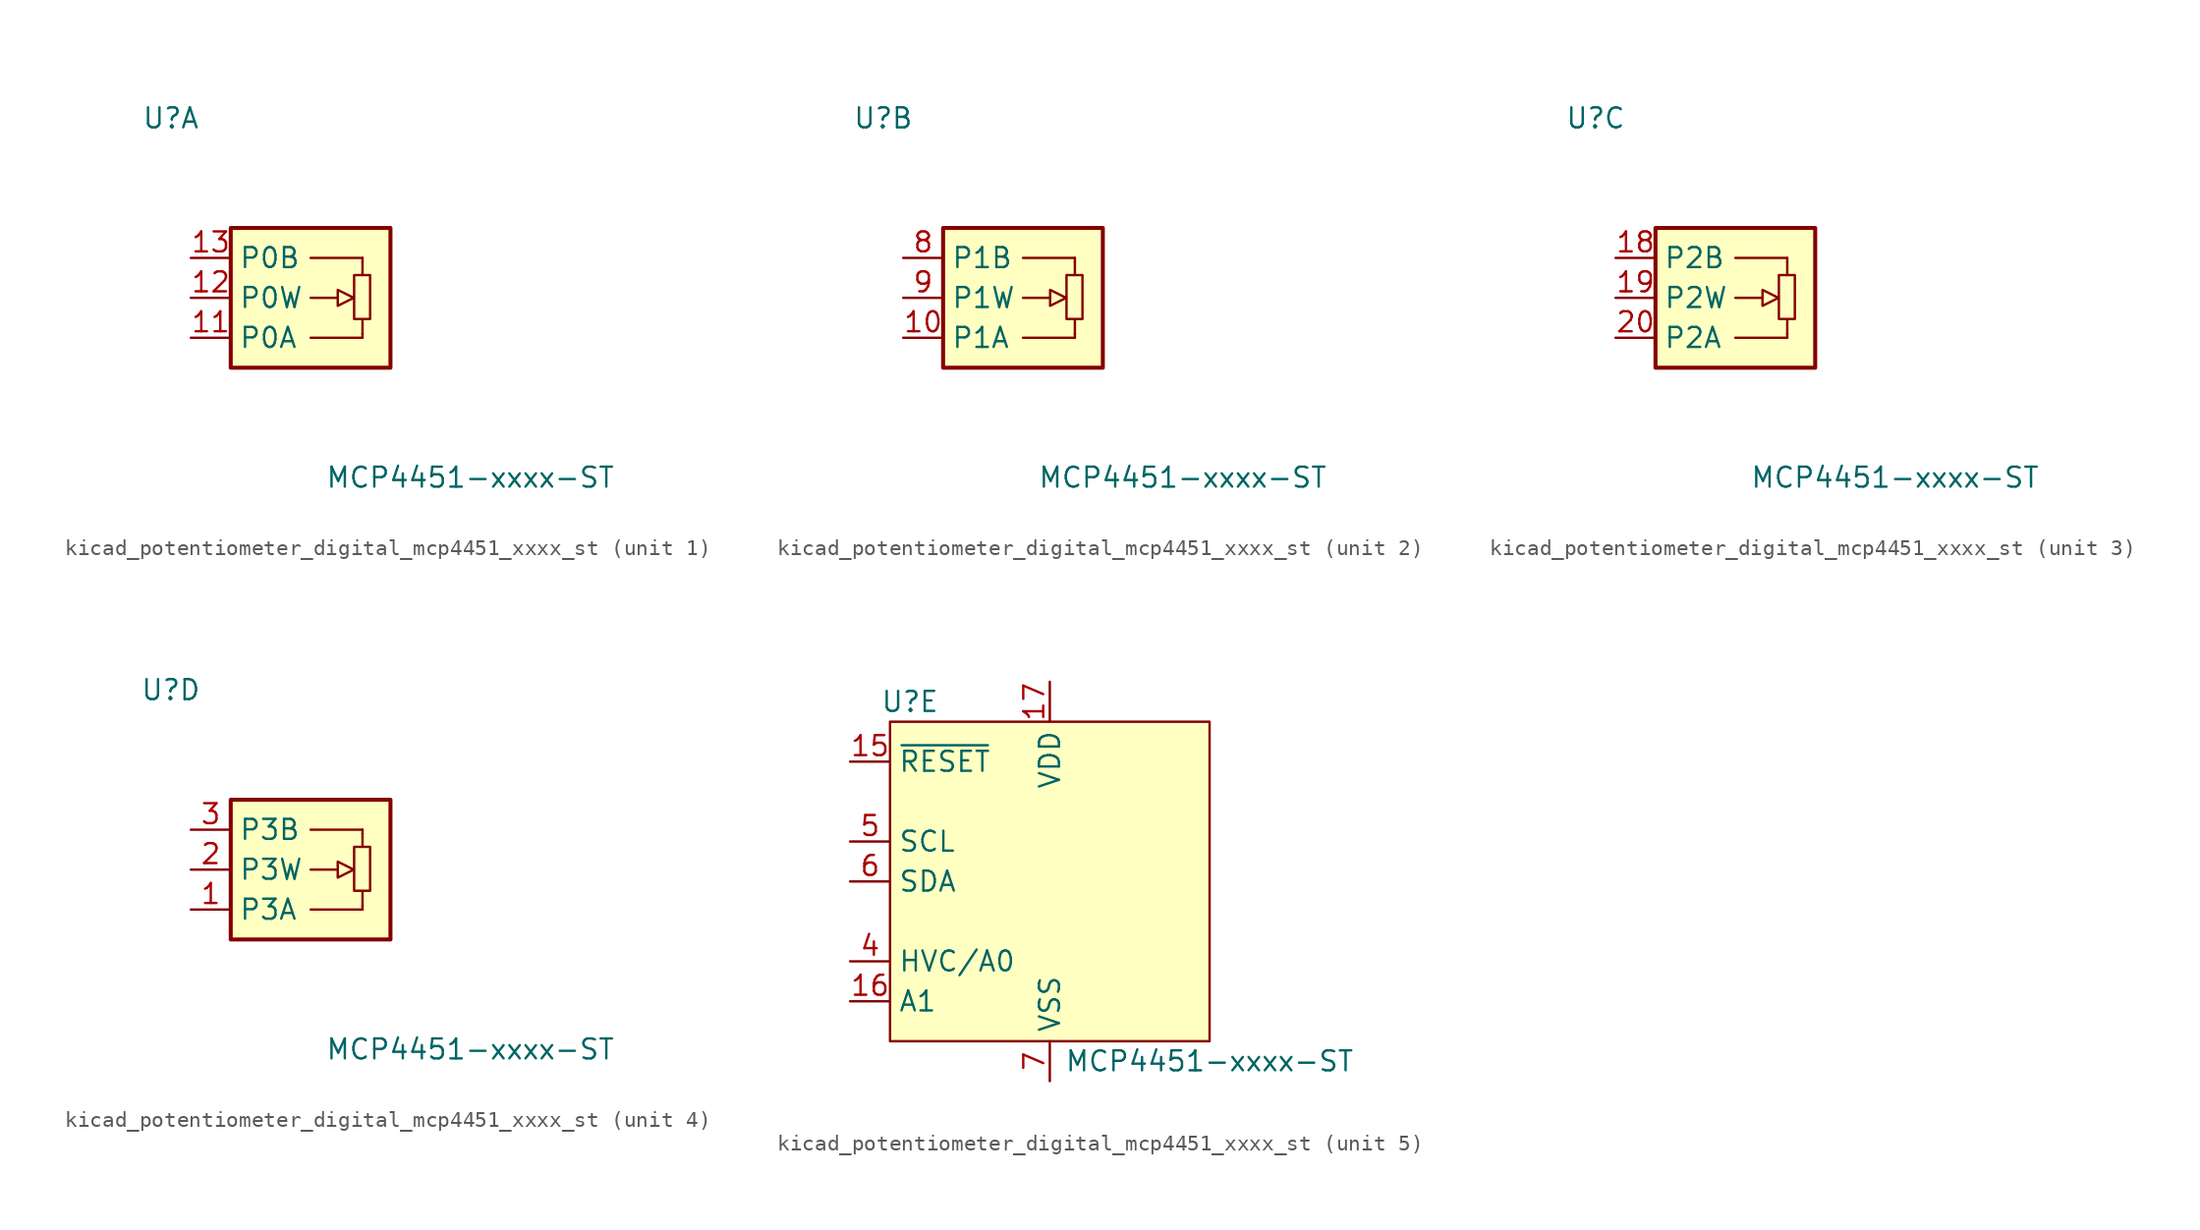
<source format=kicad_sym>
(kicad_symbol_lib
  (version 20220914)
  (generator kicad_symbol_editor)
  (symbol "kicad_potentiometer_digital_mcp4451_xxxx_st"
    (property "Reference" "U"
      (at -8.89 11.43 0)
      (effects (font (size 1.27 1.27))))
    (property "Value" "MCP4451-xxxx-ST"
      (at 10.16 -11.43 0)
      (effects (font (size 1.27 1.27))))
    (property "ki_locked" ""
      (at 0 0 0)
      (effects (font (size 1.27 1.27))))
    (symbol "kicad_potentiometer_digital_mcp4451_xxxx_st_1_1"
      (polyline (pts (xy 1.727 0) (xy 0 0)) (stroke (width 0) (type default)) (fill (type none)))
      (polyline (pts (xy 3.302 -2.54) (xy 0 -2.54)) (stroke (width 0) (type default)) (fill (type background)))
      (polyline (pts (xy 3.302 -2.311) (xy 3.302 -1.372)) (stroke (width 0) (type default)) (fill (type none)))
      (polyline (pts (xy 3.302 2.286) (xy 3.302 1.448)) (stroke (width 0) (type default)) (fill (type none)))
      (polyline (pts (xy 3.302 2.54) (xy 0 2.54)) (stroke (width 0) (type default)) (fill (type background)))
      (polyline (pts (xy 3.302 -2.54) (xy 3.302 -2.286) (xy 3.302 -2.286)) (stroke (width 0) (type default)) (fill (type none)))
      (polyline (pts (xy 3.302 2.54) (xy 3.302 2.286) (xy 3.302 2.286)) (stroke (width 0) (type default)) (fill (type background)))
      (polyline (pts (xy 1.727 -0.508) (xy 1.727 0.508) (xy 2.743 0) (xy 1.727 -0.508) (xy 1.727 -0.508)) (stroke (width 0) (type default)) (fill (type none)))
      (rectangle (start 3.785 -1.346) (end 2.769 1.448) (stroke (width 0) (type default)) (fill (type none)))
      (rectangle (start 5.08 -4.445) (end -5.08 4.445) (stroke (width 0.254) (type default)) (fill (type background)))
      (pin passive line (at -7.62 -2.54 0) (length 2.54) (name "P0A" (effects (font (size 1.27 1.27)))) (number "11" (effects (font (size 1.27 1.27)))))
      (pin passive line (at -7.62 0 0) (length 2.54) (name "P0W" (effects (font (size 1.27 1.27)))) (number "12" (effects (font (size 1.27 1.27)))))
      (pin passive line (at -7.62 2.54 0) (length 2.54) (name "P0B" (effects (font (size 1.27 1.27)))) (number "13" (effects (font (size 1.27 1.27))))))
    (symbol "kicad_potentiometer_digital_mcp4451_xxxx_st_2_1"
      (polyline (pts (xy 1.727 0) (xy 0 0)) (stroke (width 0) (type default)) (fill (type none)))
      (polyline (pts (xy 3.302 -2.54) (xy 0 -2.54)) (stroke (width 0) (type default)) (fill (type background)))
      (polyline (pts (xy 3.302 -2.311) (xy 3.302 -1.372)) (stroke (width 0) (type default)) (fill (type none)))
      (polyline (pts (xy 3.302 2.286) (xy 3.302 1.448)) (stroke (width 0) (type default)) (fill (type none)))
      (polyline (pts (xy 3.302 2.54) (xy 0 2.54)) (stroke (width 0) (type default)) (fill (type background)))
      (polyline (pts (xy 3.302 -2.54) (xy 3.302 -2.286) (xy 3.302 -2.286)) (stroke (width 0) (type default)) (fill (type none)))
      (polyline (pts (xy 3.302 2.54) (xy 3.302 2.286) (xy 3.302 2.286)) (stroke (width 0) (type default)) (fill (type background)))
      (polyline (pts (xy 1.727 -0.508) (xy 1.727 0.508) (xy 2.743 0) (xy 1.727 -0.508) (xy 1.727 -0.508)) (stroke (width 0) (type default)) (fill (type none)))
      (rectangle (start 3.785 -1.346) (end 2.769 1.448) (stroke (width 0) (type default)) (fill (type none)))
      (rectangle (start 5.08 -4.445) (end -5.08 4.445) (stroke (width 0.254) (type default)) (fill (type background)))
      (pin passive line (at -7.62 -2.54 0) (length 2.54) (name "P1A" (effects (font (size 1.27 1.27)))) (number "10" (effects (font (size 1.27 1.27)))))
      (pin passive line (at -7.62 2.54 0) (length 2.54) (name "P1B" (effects (font (size 1.27 1.27)))) (number "8" (effects (font (size 1.27 1.27)))))
      (pin passive line (at -7.62 0 0) (length 2.54) (name "P1W" (effects (font (size 1.27 1.27)))) (number "9" (effects (font (size 1.27 1.27))))))
    (symbol "kicad_potentiometer_digital_mcp4451_xxxx_st_3_1"
      (polyline (pts (xy 1.727 0) (xy 0 0)) (stroke (width 0) (type default)) (fill (type none)))
      (polyline (pts (xy 3.302 -2.54) (xy 0 -2.54)) (stroke (width 0) (type default)) (fill (type background)))
      (polyline (pts (xy 3.302 -2.311) (xy 3.302 -1.372)) (stroke (width 0) (type default)) (fill (type none)))
      (polyline (pts (xy 3.302 2.286) (xy 3.302 1.448)) (stroke (width 0) (type default)) (fill (type none)))
      (polyline (pts (xy 3.302 2.54) (xy 0 2.54)) (stroke (width 0) (type default)) (fill (type background)))
      (polyline (pts (xy 3.302 -2.54) (xy 3.302 -2.286) (xy 3.302 -2.286)) (stroke (width 0) (type default)) (fill (type none)))
      (polyline (pts (xy 3.302 2.54) (xy 3.302 2.286) (xy 3.302 2.286)) (stroke (width 0) (type default)) (fill (type background)))
      (polyline (pts (xy 1.727 -0.508) (xy 1.727 0.508) (xy 2.743 0) (xy 1.727 -0.508) (xy 1.727 -0.508)) (stroke (width 0) (type default)) (fill (type none)))
      (rectangle (start 3.785 -1.346) (end 2.769 1.448) (stroke (width 0) (type default)) (fill (type none)))
      (rectangle (start 5.08 -4.445) (end -5.08 4.445) (stroke (width 0.254) (type default)) (fill (type background)))
      (pin passive line (at -7.62 2.54 0) (length 2.54) (name "P2B" (effects (font (size 1.27 1.27)))) (number "18" (effects (font (size 1.27 1.27)))))
      (pin passive line (at -7.62 0 0) (length 2.54) (name "P2W" (effects (font (size 1.27 1.27)))) (number "19" (effects (font (size 1.27 1.27)))))
      (pin passive line (at -7.62 -2.54 0) (length 2.54) (name "P2A" (effects (font (size 1.27 1.27)))) (number "20" (effects (font (size 1.27 1.27))))))
    (symbol "kicad_potentiometer_digital_mcp4451_xxxx_st_4_1"
      (polyline (pts (xy 1.727 0) (xy 0 0)) (stroke (width 0) (type default)) (fill (type none)))
      (polyline (pts (xy 3.302 -2.54) (xy 0 -2.54)) (stroke (width 0) (type default)) (fill (type background)))
      (polyline (pts (xy 3.302 -2.311) (xy 3.302 -1.372)) (stroke (width 0) (type default)) (fill (type none)))
      (polyline (pts (xy 3.302 2.286) (xy 3.302 1.448)) (stroke (width 0) (type default)) (fill (type none)))
      (polyline (pts (xy 3.302 2.54) (xy 0 2.54)) (stroke (width 0) (type default)) (fill (type background)))
      (polyline (pts (xy 3.302 -2.54) (xy 3.302 -2.286) (xy 3.302 -2.286)) (stroke (width 0) (type default)) (fill (type none)))
      (polyline (pts (xy 3.302 2.54) (xy 3.302 2.286) (xy 3.302 2.286)) (stroke (width 0) (type default)) (fill (type background)))
      (polyline (pts (xy 1.727 -0.508) (xy 1.727 0.508) (xy 2.743 0) (xy 1.727 -0.508) (xy 1.727 -0.508)) (stroke (width 0) (type default)) (fill (type none)))
      (rectangle (start 3.785 -1.346) (end 2.769 1.448) (stroke (width 0) (type default)) (fill (type none)))
      (rectangle (start 5.08 -4.445) (end -5.08 4.445) (stroke (width 0.254) (type default)) (fill (type background)))
      (pin passive line (at -7.62 -2.54 0) (length 2.54) (name "P3A" (effects (font (size 1.27 1.27)))) (number "1" (effects (font (size 1.27 1.27)))))
      (pin passive line (at -7.62 0 0) (length 2.54) (name "P3W" (effects (font (size 1.27 1.27)))) (number "2" (effects (font (size 1.27 1.27)))))
      (pin passive line (at -7.62 2.54 0) (length 2.54) (name "P3B" (effects (font (size 1.27 1.27)))) (number "3" (effects (font (size 1.27 1.27))))))
    (symbol "kicad_potentiometer_digital_mcp4451_xxxx_st_5_1"
      (rectangle (start -10.16 10.16) (end 10.16 -10.16) (stroke (width 0) (type default)) (fill (type background)))
      (pin no_connect line (at -10.16 -2.54 0) (length 2.54) hide (name "NC" (effects (font (size 1.27 1.27)))) (number "14" (effects (font (size 1.27 1.27)))))
      (pin input line (at -12.7 7.62 0) (length 2.54) (name "~{RESET}" (effects (font (size 1.27 1.27)))) (number "15" (effects (font (size 1.27 1.27)))))
      (pin input line (at -12.7 -7.62 0) (length 2.54) (name "A1" (effects (font (size 1.27 1.27)))) (number "16" (effects (font (size 1.27 1.27)))))
      (pin power_in line (at 0 12.7 270) (length 2.54) (name "VDD" (effects (font (size 1.27 1.27)))) (number "17" (effects (font (size 1.27 1.27)))))
      (pin input line (at -12.7 -5.08 0) (length 2.54) (name "HVC/A0" (effects (font (size 1.27 1.27)))) (number "4" (effects (font (size 1.27 1.27)))))
      (pin input line (at -12.7 2.54 0) (length 2.54) (name "SCL" (effects (font (size 1.27 1.27)))) (number "5" (effects (font (size 1.27 1.27)))))
      (pin bidirectional line (at -12.7 0 0) (length 2.54) (name "SDA" (effects (font (size 1.27 1.27)))) (number "6" (effects (font (size 1.27 1.27)))))
      (pin power_in line (at 0 -12.7 90) (length 2.54) (name "VSS" (effects (font (size 1.27 1.27)))) (number "7" (effects (font (size 1.27 1.27))))))))
</source>
